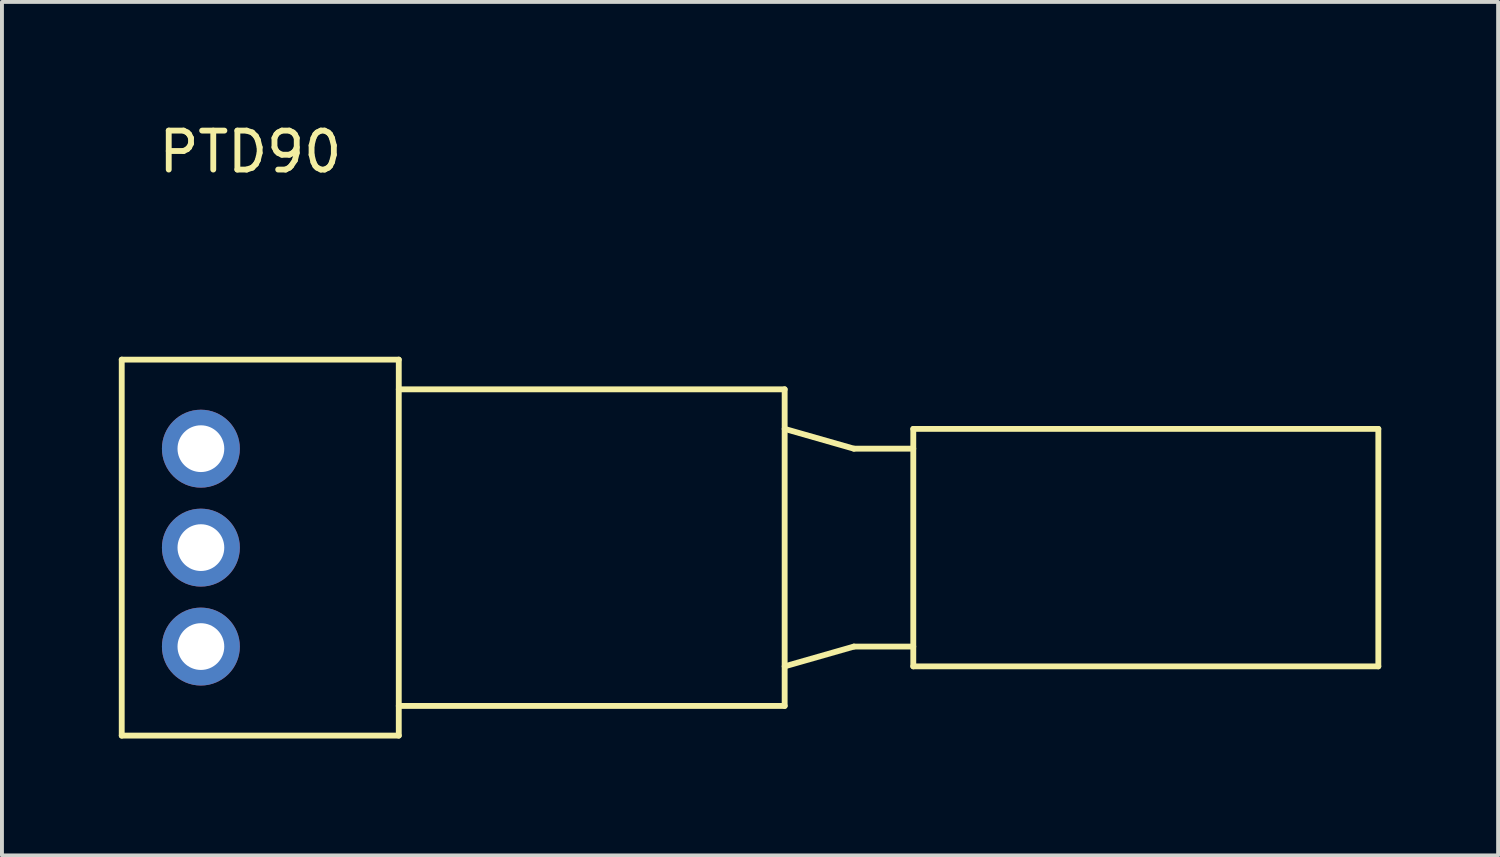
<source format=kicad_pcb>
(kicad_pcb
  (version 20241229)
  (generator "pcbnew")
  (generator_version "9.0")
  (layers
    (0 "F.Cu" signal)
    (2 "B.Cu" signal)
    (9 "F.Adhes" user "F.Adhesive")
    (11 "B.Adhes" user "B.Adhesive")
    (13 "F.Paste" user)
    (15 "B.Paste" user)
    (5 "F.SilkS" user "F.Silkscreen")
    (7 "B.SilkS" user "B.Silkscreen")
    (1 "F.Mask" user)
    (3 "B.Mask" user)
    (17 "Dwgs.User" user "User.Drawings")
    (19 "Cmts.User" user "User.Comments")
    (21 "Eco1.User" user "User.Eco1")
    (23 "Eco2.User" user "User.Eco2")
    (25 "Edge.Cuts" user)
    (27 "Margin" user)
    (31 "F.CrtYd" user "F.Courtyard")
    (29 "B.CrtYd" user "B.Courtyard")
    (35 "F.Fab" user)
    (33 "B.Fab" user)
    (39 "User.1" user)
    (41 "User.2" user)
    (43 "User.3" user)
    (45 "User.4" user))
  (footprint "PTD90"
    (layer "F.Cu")
    (at 3.377 11.008)
    (property "Reference" "PTD90" (at 0 -10.16 0) (layer "F.SilkS") (effects (font (size 1 1) (thickness 0.15))))
    (attr through_hole)
    (fp_line (start -3.302 -4.826) (end -3.302 4.826) (stroke (width 0.15) (type solid)) (layer "F.SilkS"))
    (fp_line (start -3.302 4.826) (end 3.81 4.826) (stroke (width 0.15) (type solid)) (layer "F.SilkS"))
    (fp_line (start 3.81 -4.826) (end -3.302 -4.826) (stroke (width 0.15) (type solid)) (layer "F.SilkS"))
    (fp_line (start 3.81 -4.064) (end 13.716 -4.064) (stroke (width 0.15) (type solid)) (layer "F.SilkS"))
    (fp_line (start 3.81 4.826) (end 3.81 -4.826) (stroke (width 0.15) (type solid)) (layer "F.SilkS"))
    (fp_line (start 13.716 -4.064) (end 13.716 4.064) (stroke (width 0.15) (type solid)) (layer "F.SilkS"))
    (fp_line (start 13.716 4.064) (end 3.81 4.064) (stroke (width 0.15) (type solid)) (layer "F.SilkS"))
    (fp_line (start 15.494 -2.54) (end 13.716 -3.048) (stroke (width 0.15) (type solid)) (layer "F.SilkS"))
    (fp_line (start 15.494 2.54) (end 13.716 3.048) (stroke (width 0.15) (type solid)) (layer "F.SilkS"))
    (fp_line (start 17.018 -3.048) (end 17.018 3.048) (stroke (width 0.15) (type solid)) (layer "F.SilkS"))
    (fp_line (start 17.018 -2.54) (end 15.494 -2.54) (stroke (width 0.15) (type solid)) (layer "F.SilkS"))
    (fp_line (start 17.018 2.54) (end 15.494 2.54) (stroke (width 0.15) (type solid)) (layer "F.SilkS"))
    (fp_line (start 28.956 -3.048) (end 17.018 -3.048) (stroke (width 0.15) (type solid)) (layer "F.SilkS"))
    (fp_line (start 28.956 -3.048) (end 28.956 3.048) (stroke (width 0.15) (type solid)) (layer "F.SilkS"))
    (fp_line (start 28.956 3.048) (end 17.018 3.048) (stroke (width 0.15) (type solid)) (layer "F.SilkS"))
    (pad "1" thru_hole circle (at -1.27 2.54) (size 2 2) (drill 1.2) (layers "*.Cu" "*.Mask"))
    (pad "2" thru_hole circle (at -1.27 0) (size 2 2) (drill 1.2) (layers "*.Cu" "*.Mask"))
    (pad "3" thru_hole circle (at -1.27 -2.54) (size 2 2) (drill 1.2) (layers "*.Cu" "*.Mask")))
  (gr_rect
    (start -3 -3)
    (end 35.408 18.909)
    (stroke (width 0.1) (type default))
    (fill no)
    (layer "Edge.Cuts")))
</source>
